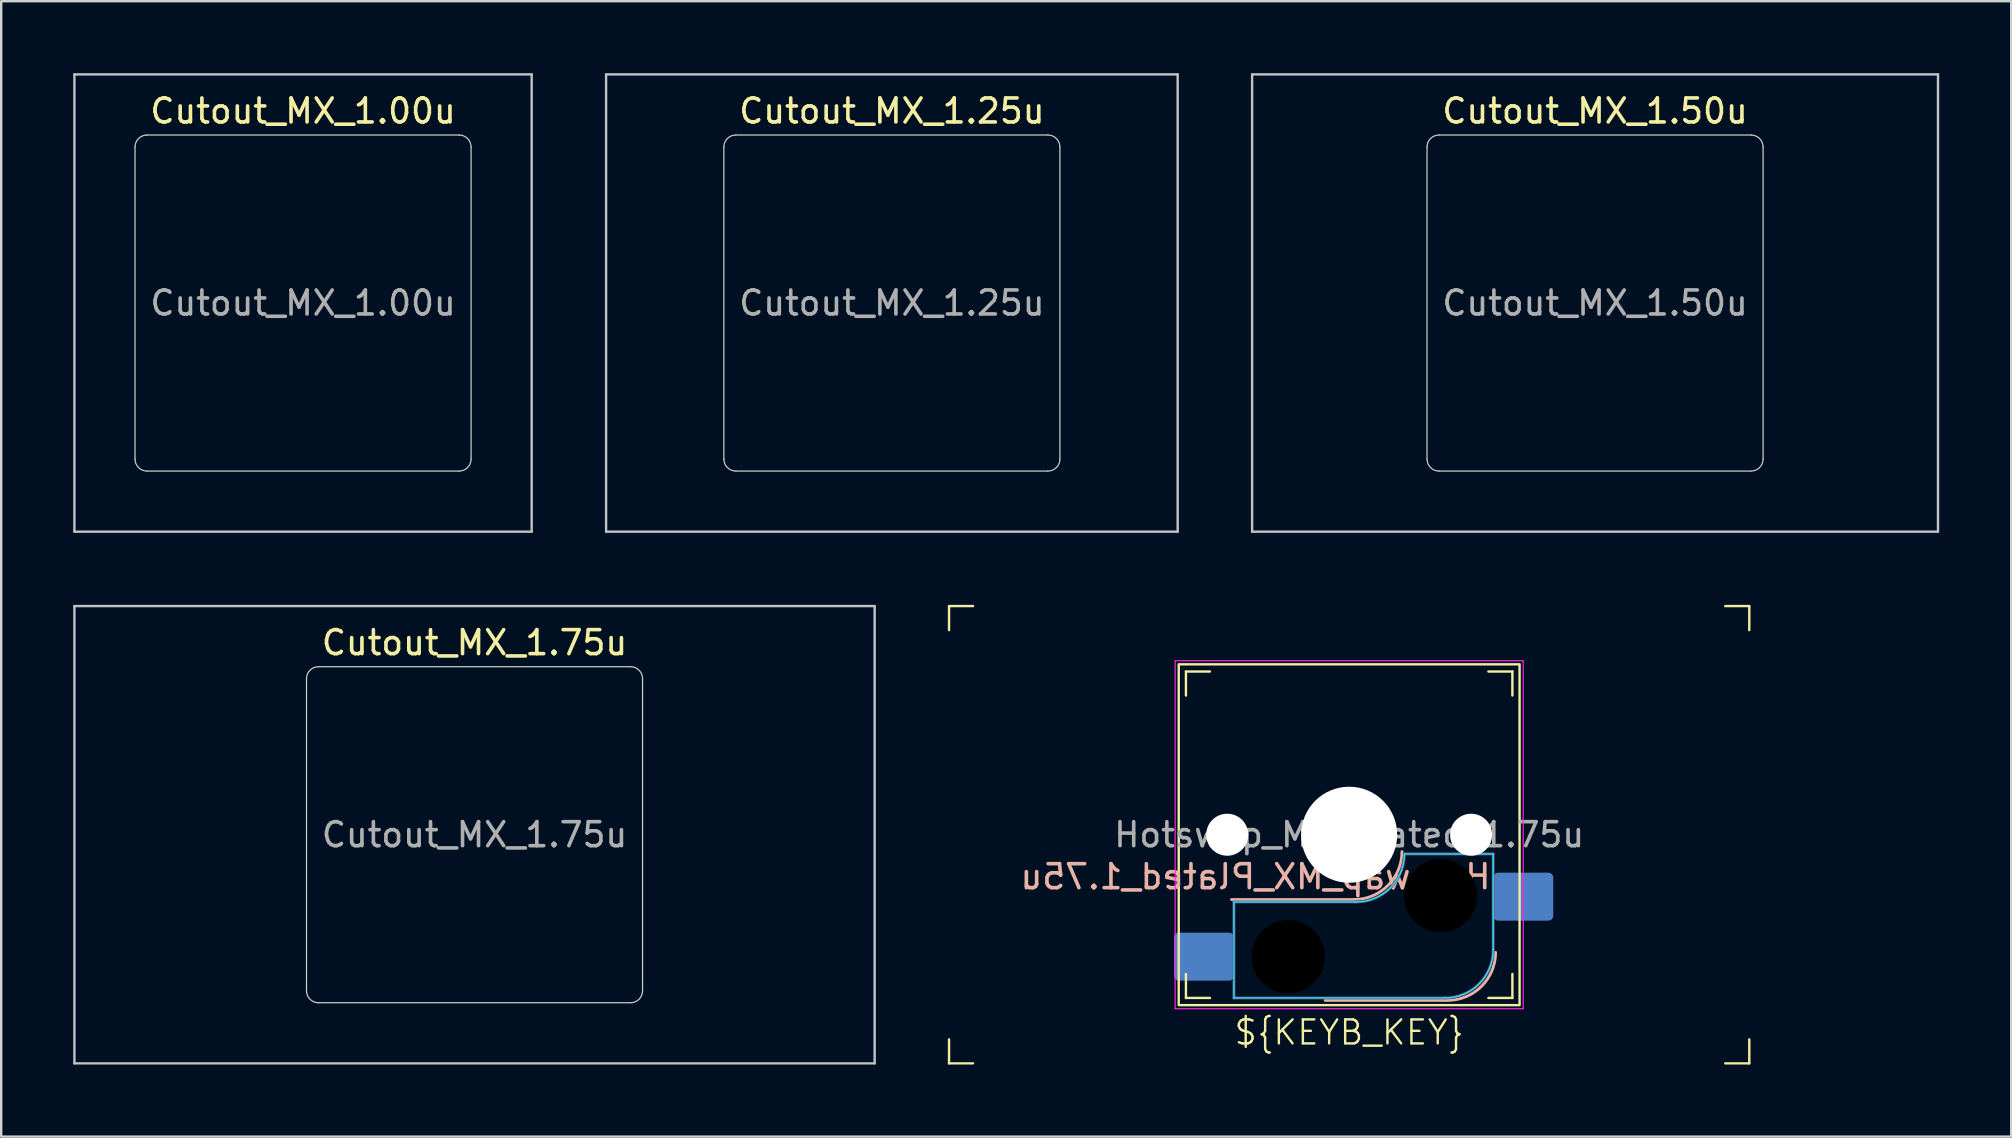
<source format=kicad_pcb>
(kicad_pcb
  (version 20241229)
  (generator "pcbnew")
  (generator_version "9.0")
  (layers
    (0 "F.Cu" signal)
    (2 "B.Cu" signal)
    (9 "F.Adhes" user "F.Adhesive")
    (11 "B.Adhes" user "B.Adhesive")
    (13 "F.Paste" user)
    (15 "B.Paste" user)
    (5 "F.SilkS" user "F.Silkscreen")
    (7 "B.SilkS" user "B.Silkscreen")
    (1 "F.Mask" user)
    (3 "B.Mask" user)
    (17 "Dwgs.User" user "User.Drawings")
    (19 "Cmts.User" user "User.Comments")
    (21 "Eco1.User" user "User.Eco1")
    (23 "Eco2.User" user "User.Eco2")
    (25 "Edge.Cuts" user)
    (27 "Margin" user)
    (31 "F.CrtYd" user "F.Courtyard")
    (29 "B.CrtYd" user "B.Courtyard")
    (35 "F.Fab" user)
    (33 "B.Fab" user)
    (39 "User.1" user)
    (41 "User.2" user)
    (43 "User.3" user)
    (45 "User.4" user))
  (footprint "Cutout_MX_1.75u"
    (layer "F.Cu")
    (at 16.719 31.725)
    (property "Reference" "Cutout_MX_1.75u" (at 0 -8 0) (layer "F.SilkS") (effects (font (size 1 1) (thickness 0.15))))
    (attr through_hole)
    (fp_line (start -16.669 -9.525) (end -16.669 9.525) (stroke (width 0.1) (type solid)) (layer "Dwgs.User"))
    (fp_line (start -16.669 9.525) (end 16.669 9.525) (stroke (width 0.1) (type solid)) (layer "Dwgs.User"))
    (fp_line (start 16.669 -9.525) (end -16.669 -9.525) (stroke (width 0.1) (type solid)) (layer "Dwgs.User"))
    (fp_line (start 16.669 9.525) (end 16.669 -9.525) (stroke (width 0.1) (type solid)) (layer "Dwgs.User"))
    (fp_line (start -7 6.5) (end -7 -6.5) (stroke (width 0.05) (type default)) (layer "Edge.Cuts"))
    (fp_line (start -6.5 -7) (end 6.5 -7) (stroke (width 0.05) (type default)) (layer "Edge.Cuts"))
    (fp_line (start 6.5 7) (end -6.5 7) (stroke (width 0.05) (type default)) (layer "Edge.Cuts"))
    (fp_line (start 7 -6.5) (end 7 6.5) (stroke (width 0.05) (type default)) (layer "Edge.Cuts"))
    (fp_arc (start -7 -6.500001) (mid -6.853553 -6.853554) (end -6.5 -7.000001) (stroke (width 0.05) (type solid)) (layer "Edge.Cuts"))
    (fp_arc (start -6.500001 7) (mid -6.853554 6.853553) (end -7.000001 6.5) (stroke (width 0.05) (type solid)) (layer "Edge.Cuts"))
    (fp_arc (start 6.5 -7.000001) (mid 6.853553 -6.853554) (end 7 -6.500001) (stroke (width 0.05) (type solid)) (layer "Edge.Cuts"))
    (fp_arc (start 7 6.499999) (mid 6.853553 6.853552) (end 6.5 6.999999) (stroke (width 0.05) (type solid)) (layer "Edge.Cuts"))
    (fp_text user "${REFERENCE}" (at 0 0 0) (layer "F.Fab") (effects (font (size 1 1) (thickness 0.15)))))
  (footprint "Cutout_MX_1.00u"
    (layer "F.Cu")
    (at 9.575 9.575)
    (property "Reference" "Cutout_MX_1.00u" (at 0 -8 0) (layer "F.SilkS") (effects (font (size 1 1) (thickness 0.15))))
    (attr through_hole)
    (fp_line (start -9.525 -9.525) (end -9.525 9.525) (stroke (width 0.1) (type solid)) (layer "Dwgs.User"))
    (fp_line (start -9.525 9.525) (end 9.525 9.525) (stroke (width 0.1) (type solid)) (layer "Dwgs.User"))
    (fp_line (start 9.525 -9.525) (end -9.525 -9.525) (stroke (width 0.1) (type solid)) (layer "Dwgs.User"))
    (fp_line (start 9.525 9.525) (end 9.525 -9.525) (stroke (width 0.1) (type solid)) (layer "Dwgs.User"))
    (fp_line (start -7 6.5) (end -7 -6.5) (stroke (width 0.05) (type default)) (layer "Edge.Cuts"))
    (fp_line (start -6.5 -7) (end 6.5 -7) (stroke (width 0.05) (type default)) (layer "Edge.Cuts"))
    (fp_line (start 6.5 7) (end -6.5 7) (stroke (width 0.05) (type default)) (layer "Edge.Cuts"))
    (fp_line (start 7 -6.5) (end 7 6.5) (stroke (width 0.05) (type default)) (layer "Edge.Cuts"))
    (fp_arc (start -7 -6.5) (mid -6.853553 -6.853553) (end -6.5 -7) (stroke (width 0.05) (type solid)) (layer "Edge.Cuts"))
    (fp_arc (start -6.500001 7.000001) (mid -6.853554 6.853554) (end -7.000001 6.500001) (stroke (width 0.05) (type solid)) (layer "Edge.Cuts"))
    (fp_arc (start 6.5 -7) (mid 6.853553 -6.853553) (end 7 -6.5) (stroke (width 0.05) (type solid)) (layer "Edge.Cuts"))
    (fp_arc (start 7 6.5) (mid 6.853553 6.853553) (end 6.5 7) (stroke (width 0.05) (type solid)) (layer "Edge.Cuts"))
    (fp_text user "${REFERENCE}" (at 0 0 0) (layer "F.Fab") (effects (font (size 1 1) (thickness 0.15)))))
  (footprint "Cutout_MX_1.50u"
    (layer "F.Cu")
    (at 63.4 9.575)
    (property "Reference" "Cutout_MX_1.50u" (at 0 -8 0) (layer "F.SilkS") (effects (font (size 1 1) (thickness 0.15))))
    (attr through_hole)
    (fp_line (start -14.287 -9.525) (end -14.287 9.525) (stroke (width 0.1) (type solid)) (layer "Dwgs.User"))
    (fp_line (start -14.287 9.525) (end 14.287 9.525) (stroke (width 0.1) (type solid)) (layer "Dwgs.User"))
    (fp_line (start 14.287 -9.525) (end -14.287 -9.525) (stroke (width 0.1) (type solid)) (layer "Dwgs.User"))
    (fp_line (start 14.287 9.525) (end 14.287 -9.525) (stroke (width 0.1) (type solid)) (layer "Dwgs.User"))
    (fp_line (start -7 6.5) (end -7 -6.5) (stroke (width 0.05) (type default)) (layer "Edge.Cuts"))
    (fp_line (start -6.5 -7) (end 6.5 -7) (stroke (width 0.05) (type default)) (layer "Edge.Cuts"))
    (fp_line (start 6.5 7) (end -6.5 7) (stroke (width 0.05) (type default)) (layer "Edge.Cuts"))
    (fp_line (start 7 -6.5) (end 7 6.5) (stroke (width 0.05) (type default)) (layer "Edge.Cuts"))
    (fp_arc (start -7 -6.5) (mid -6.853553 -6.853552) (end -6.5 -7) (stroke (width 0.05) (type solid)) (layer "Edge.Cuts"))
    (fp_arc (start -6.500001 7.000001) (mid -6.853554 6.853554) (end -7.000001 6.500001) (stroke (width 0.05) (type solid)) (layer "Edge.Cuts"))
    (fp_arc (start 6.5 -7) (mid 6.853553 -6.853553) (end 7 -6.5) (stroke (width 0.05) (type solid)) (layer "Edge.Cuts"))
    (fp_arc (start 7 6.5) (mid 6.853554 6.853554) (end 6.5 7) (stroke (width 0.05) (type solid)) (layer "Edge.Cuts"))
    (fp_text user "${REFERENCE}" (at 0 0 0) (layer "F.Fab") (effects (font (size 1 1) (thickness 0.15)))))
  (footprint "Hotswap_MX_Plated_1.75u"
    (layer "F.Cu")
    (at 53.156 31.725)
    (property "Reference" "Hotswap_MX_Plated_1.75u" (at -3.9 1.75 180) (layer "B.SilkS") (effects (font (size 1 1) (thickness 0.15)) (justify mirror)))
    (attr smd allow_soldermask_bridges)
    (fp_line (start -16.669 -9.525) (end -15.669 -9.525) (stroke (width 0.1) (type default)) (layer "F.SilkS"))
    (fp_line (start -16.669 -8.525) (end -16.669 -9.525) (stroke (width 0.1) (type default)) (layer "F.SilkS"))
    (fp_line (start -16.669 9.525) (end -16.669 8.525) (stroke (width 0.1) (type default)) (layer "F.SilkS"))
    (fp_line (start -15.669 9.525) (end -16.669 9.525) (stroke (width 0.1) (type default)) (layer "F.SilkS"))
    (fp_line (start -6.8 -6.8) (end -5.8 -6.8) (stroke (width 0.1) (type default)) (layer "F.SilkS"))
    (fp_line (start -6.8 -5.8) (end -6.8 -6.8) (stroke (width 0.1) (type default)) (layer "F.SilkS"))
    (fp_line (start -6.8 6.8) (end -6.8 5.8) (stroke (width 0.1) (type default)) (layer "F.SilkS"))
    (fp_line (start -5.8 6.8) (end -6.8 6.8) (stroke (width 0.1) (type default)) (layer "F.SilkS"))
    (fp_line (start 5.8 -6.8) (end 6.8 -6.8) (stroke (width 0.1) (type default)) (layer "F.SilkS"))
    (fp_line (start 6.8 -6.8) (end 6.8 -5.8) (stroke (width 0.1) (type default)) (layer "F.SilkS"))
    (fp_line (start 6.8 5.8) (end 6.8 6.8) (stroke (width 0.1) (type default)) (layer "F.SilkS"))
    (fp_line (start 6.8 6.8) (end 5.8 6.8) (stroke (width 0.1) (type default)) (layer "F.SilkS"))
    (fp_line (start 15.669 -9.525) (end 16.669 -9.525) (stroke (width 0.1) (type default)) (layer "F.SilkS"))
    (fp_line (start 16.669 -9.525) (end 16.669 -8.525) (stroke (width 0.1) (type default)) (layer "F.SilkS"))
    (fp_line (start 16.669 8.525) (end 16.669 9.525) (stroke (width 0.1) (type default)) (layer "F.SilkS"))
    (fp_line (start 16.669 9.525) (end 15.669 9.525) (stroke (width 0.1) (type default)) (layer "F.SilkS"))
    (fp_rect (start -7.1 -7.1) (end 7.1 7.1) (stroke (width 0.1) (type default)) (fill no) (layer "F.SilkS"))
    (fp_line (start 0.2 2.7) (end -4.9 2.7) (stroke (width 0.12) (type solid)) (layer "B.SilkS"))
    (fp_line (start 4.1 6.9) (end -1 6.9) (stroke (width 0.12) (type solid)) (layer "B.SilkS"))
    (fp_arc (start 2.2 0.7) (mid 1.614214 2.114214) (end 0.2 2.7) (stroke (width 0.12) (type solid)) (layer "B.SilkS"))
    (fp_arc (start 6.1 4.9) (mid 5.514214 6.314214) (end 4.1 6.9) (stroke (width 0.12) (type solid)) (layer "B.SilkS"))
    (fp_line (start -4.8 6.8) (end -4.8 2.8) (stroke (width 0.05) (type solid)) (layer "B.CrtYd"))
    (fp_line (start 0.3 2.8) (end -4.8 2.8) (stroke (width 0.05) (type solid)) (layer "B.CrtYd"))
    (fp_line (start 4 6.8) (end -4.8 6.8) (stroke (width 0.05) (type solid)) (layer "B.CrtYd"))
    (fp_line (start 6 0.8) (end 2.3 0.8) (stroke (width 0.05) (type solid)) (layer "B.CrtYd"))
    (fp_line (start 6 0.8) (end 6 4.8) (stroke (width 0.05) (type solid)) (layer "B.CrtYd"))
    (fp_arc (start 2.3 0.8) (mid 1.714214 2.214214) (end 0.3 2.8) (stroke (width 0.05) (type solid)) (layer "B.CrtYd"))
    (fp_arc (start 6 4.8) (mid 5.414214 6.214214) (end 4 6.8) (stroke (width 0.05) (type solid)) (layer "B.CrtYd"))
    (fp_line (start -7.25 -7.25) (end -7.25 7.25) (stroke (width 0.05) (type solid)) (layer "F.CrtYd"))
    (fp_line (start -7.25 7.25) (end 7.25 7.25) (stroke (width 0.05) (type solid)) (layer "F.CrtYd"))
    (fp_line (start 7.25 -7.25) (end -7.25 -7.25) (stroke (width 0.05) (type solid)) (layer "F.CrtYd"))
    (fp_line (start 7.25 7.25) (end 7.25 -7.25) (stroke (width 0.05) (type solid)) (layer "F.CrtYd"))
    (fp_line (start -4.8 6.8) (end -4.8 2.8) (stroke (width 0.12) (type solid)) (layer "B.Fab"))
    (fp_line (start 0.3 2.8) (end -4.8 2.8) (stroke (width 0.12) (type solid)) (layer "B.Fab"))
    (fp_line (start 4 6.8) (end -4.8 6.8) (stroke (width 0.12) (type solid)) (layer "B.Fab"))
    (fp_line (start 6 0.8) (end 2.3 0.8) (stroke (width 0.12) (type solid)) (layer "B.Fab"))
    (fp_line (start 6 0.8) (end 6 4.8) (stroke (width 0.12) (type solid)) (layer "B.Fab"))
    (fp_arc (start 2.3 0.8) (mid 1.714214 2.214214) (end 0.3 2.8) (stroke (width 0.12) (type solid)) (layer "B.Fab"))
    (fp_arc (start 6 4.8) (mid 5.414214 6.214214) (end 4 6.8) (stroke (width 0.12) (type solid)) (layer "B.Fab"))
    (fp_text user "${KEYB_KEY}" (at 0 8.82 0) (unlocked yes) (layer "F.SilkS") (effects (font (size 1 1) (thickness 0.1)) (justify bottom)))
    (fp_text user "${REFERENCE}" (at 0 0 180) (layer "F.Fab") (effects (font (size 1 1) (thickness 0.15))))
    (pad "" np_thru_hole circle (at -5.08 0 180) (size 1.75 1.75) (drill 1.75) (layers "*.Cu" "*.Mask"))
    (pad "" np_thru_hole circle (at -2.54 5.08 180) (size 3.05 3.05) (drill 3.05) (layers "*.Mask"))
    (pad "" np_thru_hole circle (at 0 0 180) (size 4 4) (drill 4) (layers "*.Cu" "*.Mask"))
    (pad "" np_thru_hole circle (at 3.81 2.54 180) (size 3.05 3.05) (drill 3.05) (layers "*.Mask"))
    (pad "" np_thru_hole circle (at 5.08 0 180) (size 1.75 1.75) (drill 1.75) (layers "*.Cu" "*.Mask"))
    (pad "1" smd roundrect (at 7.253 2.58 180) (size 2.5 2) (layers "B.Cu" "B.Mask" "B.Paste") (roundrect_rratio 0.1))
    (pad "2" smd roundrect (at -6.048 5.08 180) (size 2.5 2) (layers "B.Cu" "B.Mask" "B.Paste") (roundrect_rratio 0.1)))
  (footprint "Cutout_MX_1.25u"
    (layer "F.Cu")
    (at 34.106 9.575)
    (property "Reference" "Cutout_MX_1.25u" (at 0 -8 0) (layer "F.SilkS") (effects (font (size 1 1) (thickness 0.15))))
    (attr through_hole)
    (fp_line (start -11.906 -9.525) (end -11.906 9.525) (stroke (width 0.1) (type solid)) (layer "Dwgs.User"))
    (fp_line (start -11.906 9.525) (end 11.906 9.525) (stroke (width 0.1) (type solid)) (layer "Dwgs.User"))
    (fp_line (start 11.906 -9.525) (end -11.906 -9.525) (stroke (width 0.1) (type solid)) (layer "Dwgs.User"))
    (fp_line (start 11.906 9.525) (end 11.906 -9.525) (stroke (width 0.1) (type solid)) (layer "Dwgs.User"))
    (fp_line (start -7 6.5) (end -7 -6.5) (stroke (width 0.05) (type default)) (layer "Edge.Cuts"))
    (fp_line (start -6.5 -7) (end 6.5 -7) (stroke (width 0.05) (type default)) (layer "Edge.Cuts"))
    (fp_line (start 6.5 7) (end -6.5 7) (stroke (width 0.05) (type default)) (layer "Edge.Cuts"))
    (fp_line (start 7 -6.5) (end 7 6.5) (stroke (width 0.05) (type default)) (layer "Edge.Cuts"))
    (fp_arc (start -7 -6.5) (mid -6.853553 -6.853552) (end -6.5 -7) (stroke (width 0.05) (type solid)) (layer "Edge.Cuts"))
    (fp_arc (start -6.500001 7.000001) (mid -6.853554 6.853554) (end -7.000001 6.500001) (stroke (width 0.05) (type solid)) (layer "Edge.Cuts"))
    (fp_arc (start 6.5 -7) (mid 6.853553 -6.853553) (end 7 -6.5) (stroke (width 0.05) (type solid)) (layer "Edge.Cuts"))
    (fp_arc (start 7 6.5) (mid 6.853554 6.853554) (end 6.5 7) (stroke (width 0.05) (type solid)) (layer "Edge.Cuts"))
    (fp_text user "${REFERENCE}" (at 0 0 0) (layer "F.Fab") (effects (font (size 1 1) (thickness 0.15)))))
  (gr_rect
    (start -3 -3)
    (end 80.737 44.3)
    (stroke (width 0.1) (type default))
    (fill no)
    (layer "Edge.Cuts")))
</source>
